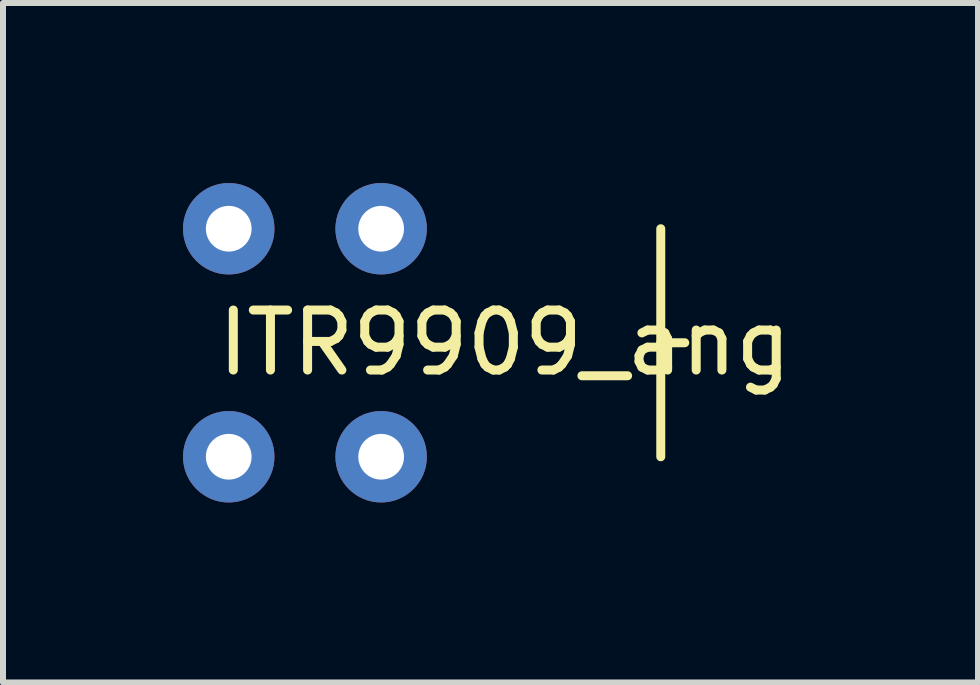
<source format=kicad_pcb>
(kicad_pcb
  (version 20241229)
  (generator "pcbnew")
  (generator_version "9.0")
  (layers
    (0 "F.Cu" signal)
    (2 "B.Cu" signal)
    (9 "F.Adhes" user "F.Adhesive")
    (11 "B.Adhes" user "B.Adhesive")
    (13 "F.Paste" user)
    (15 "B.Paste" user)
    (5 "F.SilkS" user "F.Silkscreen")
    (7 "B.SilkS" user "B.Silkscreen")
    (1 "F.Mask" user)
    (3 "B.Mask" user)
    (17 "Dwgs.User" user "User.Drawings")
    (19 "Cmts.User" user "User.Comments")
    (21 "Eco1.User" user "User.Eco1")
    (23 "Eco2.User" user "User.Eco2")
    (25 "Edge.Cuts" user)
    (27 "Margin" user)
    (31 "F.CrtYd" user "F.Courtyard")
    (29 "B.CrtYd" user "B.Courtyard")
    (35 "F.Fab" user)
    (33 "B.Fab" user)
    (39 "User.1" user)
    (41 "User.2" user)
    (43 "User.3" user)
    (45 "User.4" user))
  (footprint "ITR9909_ang"
    (layer "F.Cu")
    (at 0.762 0.762)
    (property "Reference" "ITR9909_ang" (at 4.6 1.9 0) (layer "F.SilkS") (effects (font (size 1 1) (thickness 0.15))))
    (attr through_hole)
    (fp_line (start 7.2 0) (end 7.2 3.8) (stroke (width 0.15) (type solid)) (layer "F.SilkS"))
    (fp_line (start 7.2 1.9) (end 7.6 1.9) (stroke (width 0.15) (type solid)) (layer "F.SilkS"))
    (pad "1" thru_hole circle (at 0 3.8) (size 1.524 1.524) (drill 0.762) (layers "*.Cu" "*.Mask"))
    (pad "2" thru_hole circle (at 2.54 3.8) (size 1.524 1.524) (drill 0.762) (layers "*.Cu" "*.Mask"))
    (pad "3" thru_hole circle (at 2.54 0) (size 1.524 1.524) (drill 0.762) (layers "*.Cu" "*.Mask"))
    (pad "4" thru_hole circle (at 0 0) (size 1.524 1.524) (drill 0.762) (layers "*.Cu" "*.Mask")))
  (gr_rect
    (start -3 -3)
    (end 13.249 8.324)
    (stroke (width 0.1) (type default))
    (fill no)
    (layer "Edge.Cuts")))
</source>
